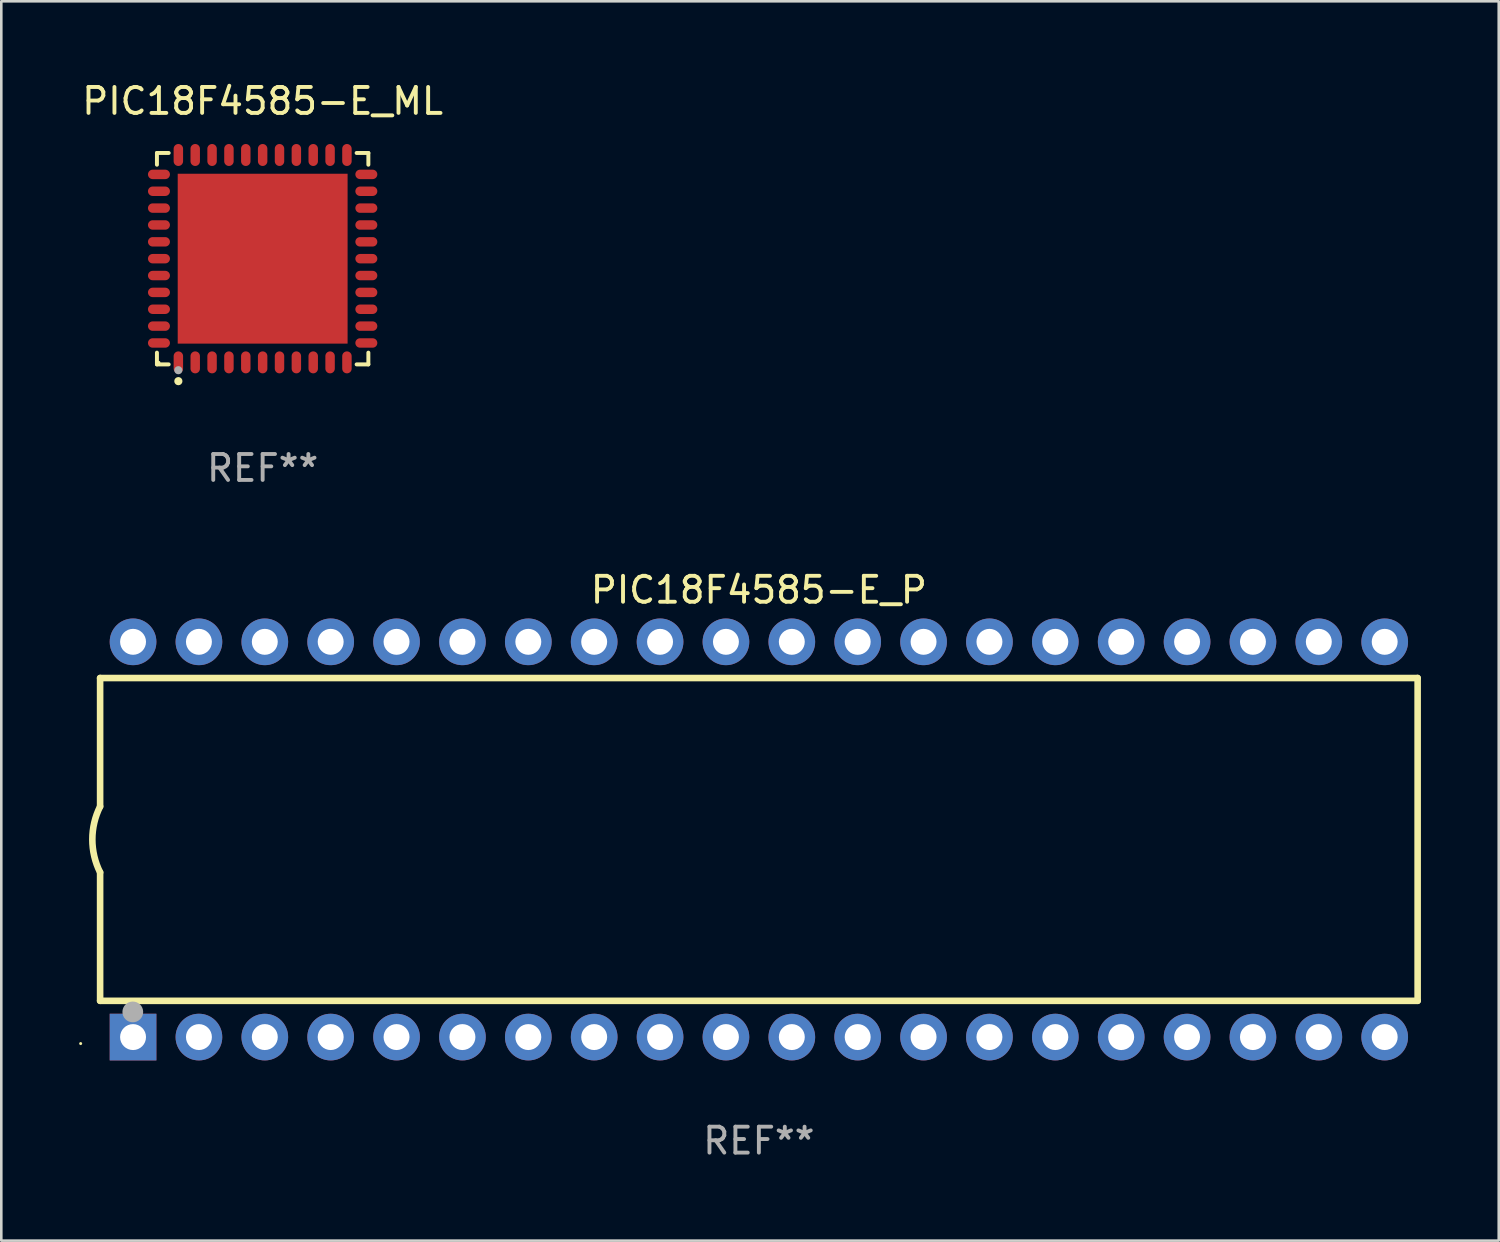
<source format=kicad_pcb>
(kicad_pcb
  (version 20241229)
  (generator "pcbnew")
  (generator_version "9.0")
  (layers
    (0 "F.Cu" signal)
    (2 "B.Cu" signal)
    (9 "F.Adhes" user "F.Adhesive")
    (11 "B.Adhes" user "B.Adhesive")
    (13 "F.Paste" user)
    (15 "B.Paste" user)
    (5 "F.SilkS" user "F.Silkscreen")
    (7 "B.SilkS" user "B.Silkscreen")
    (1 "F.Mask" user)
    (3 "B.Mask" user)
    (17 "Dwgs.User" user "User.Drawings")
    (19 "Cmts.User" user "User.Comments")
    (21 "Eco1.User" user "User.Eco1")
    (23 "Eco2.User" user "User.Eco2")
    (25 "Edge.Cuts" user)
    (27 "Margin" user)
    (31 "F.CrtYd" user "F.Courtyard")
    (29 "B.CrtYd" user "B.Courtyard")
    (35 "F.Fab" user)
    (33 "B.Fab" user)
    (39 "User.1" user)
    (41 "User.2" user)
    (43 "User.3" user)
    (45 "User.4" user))
  (footprint "PIC18F4585-E_ML"
    (layer "F.Cu")
    (at 7.077 6.924)
    (property "Reference" "PIC18F4585-E_ML" (at 0 -6.076 0) (layer "F.SilkS") (effects (font (size 1 1) (thickness 0.15))))
    (attr through_hole)
    (fp_line (start -4.076 -4.076) (end -3.623 -4.076) (stroke (width 0.152) (type solid)) (layer "F.SilkS"))
    (fp_line (start -4.076 -3.623) (end -4.076 -4.076) (stroke (width 0.152) (type solid)) (layer "F.SilkS"))
    (fp_line (start -4.076 3.623) (end -4.076 4.076) (stroke (width 0.152) (type solid)) (layer "F.SilkS"))
    (fp_line (start -4.076 4.076) (end -3.623 4.076) (stroke (width 0.152) (type solid)) (layer "F.SilkS"))
    (fp_line (start 4.076 -4.076) (end 3.623 -4.076) (stroke (width 0.152) (type solid)) (layer "F.SilkS"))
    (fp_line (start 4.076 -3.623) (end 4.076 -4.076) (stroke (width 0.152) (type solid)) (layer "F.SilkS"))
    (fp_line (start 4.076 3.623) (end 4.076 4.076) (stroke (width 0.152) (type solid)) (layer "F.SilkS"))
    (fp_line (start 4.076 4.076) (end 3.623 4.076) (stroke (width 0.152) (type solid)) (layer "F.SilkS"))
    (fp_circle (center -4 4) (end -3.97 4) (stroke (width 0.06) (type solid)) (fill no) (layer "F.SilkS"))
    (fp_circle (center -3.25 4.722) (end -3.171 4.722) (stroke (width 0.158) (type solid)) (fill no) (layer "F.SilkS"))
    (fp_circle (center -3.25 4.3) (end -3.171 4.3) (stroke (width 0.158) (type solid)) (fill no) (layer "F.Fab"))
    (fp_text user "REF**" (at 0 8.076 0) (layer "F.Fab") (effects (font (size 1 1) (thickness 0.15))))
    (pad "1" smd oval (at -3.25 3.998) (size 0.364 0.847) (layers "F.Cu" "F.Mask" "F.Paste"))
    (pad "2" smd oval (at -2.6 3.998) (size 0.364 0.847) (layers "F.Cu" "F.Mask" "F.Paste"))
    (pad "3" smd oval (at -1.95 3.998) (size 0.364 0.847) (layers "F.Cu" "F.Mask" "F.Paste"))
    (pad "4" smd oval (at -1.3 3.998) (size 0.364 0.847) (layers "F.Cu" "F.Mask" "F.Paste"))
    (pad "5" smd oval (at -0.65 3.998) (size 0.364 0.847) (layers "F.Cu" "F.Mask" "F.Paste"))
    (pad "6" smd oval (at 0 3.998) (size 0.364 0.847) (layers "F.Cu" "F.Mask" "F.Paste"))
    (pad "7" smd oval (at 0.65 3.998) (size 0.364 0.847) (layers "F.Cu" "F.Mask" "F.Paste"))
    (pad "8" smd oval (at 1.3 3.998) (size 0.364 0.847) (layers "F.Cu" "F.Mask" "F.Paste"))
    (pad "9" smd oval (at 1.95 3.998) (size 0.364 0.847) (layers "F.Cu" "F.Mask" "F.Paste"))
    (pad "10" smd oval (at 2.6 3.998) (size 0.364 0.847) (layers "F.Cu" "F.Mask" "F.Paste"))
    (pad "11" smd oval (at 3.25 3.998) (size 0.364 0.847) (layers "F.Cu" "F.Mask" "F.Paste"))
    (pad "12" smd oval (at 3.998 3.25) (size 0.847 0.364) (layers "F.Cu" "F.Mask" "F.Paste"))
    (pad "13" smd oval (at 3.998 2.6) (size 0.847 0.364) (layers "F.Cu" "F.Mask" "F.Paste"))
    (pad "14" smd oval (at 3.998 1.95) (size 0.847 0.364) (layers "F.Cu" "F.Mask" "F.Paste"))
    (pad "15" smd oval (at 3.998 1.3) (size 0.847 0.364) (layers "F.Cu" "F.Mask" "F.Paste"))
    (pad "16" smd oval (at 3.998 0.65) (size 0.847 0.364) (layers "F.Cu" "F.Mask" "F.Paste"))
    (pad "17" smd oval (at 3.998 0) (size 0.847 0.364) (layers "F.Cu" "F.Mask" "F.Paste"))
    (pad "18" smd oval (at 3.998 -0.65) (size 0.847 0.364) (layers "F.Cu" "F.Mask" "F.Paste"))
    (pad "19" smd oval (at 3.998 -1.3) (size 0.847 0.364) (layers "F.Cu" "F.Mask" "F.Paste"))
    (pad "20" smd oval (at 3.998 -1.95) (size 0.847 0.364) (layers "F.Cu" "F.Mask" "F.Paste"))
    (pad "21" smd oval (at 3.998 -2.6) (size 0.847 0.364) (layers "F.Cu" "F.Mask" "F.Paste"))
    (pad "22" smd oval (at 3.998 -3.25) (size 0.847 0.364) (layers "F.Cu" "F.Mask" "F.Paste"))
    (pad "23" smd oval (at 3.25 -3.998) (size 0.364 0.847) (layers "F.Cu" "F.Mask" "F.Paste"))
    (pad "24" smd oval (at 2.6 -3.998) (size 0.364 0.847) (layers "F.Cu" "F.Mask" "F.Paste"))
    (pad "25" smd oval (at 1.95 -3.998) (size 0.364 0.847) (layers "F.Cu" "F.Mask" "F.Paste"))
    (pad "26" smd oval (at 1.3 -3.998) (size 0.364 0.847) (layers "F.Cu" "F.Mask" "F.Paste"))
    (pad "27" smd oval (at 0.65 -3.998) (size 0.364 0.847) (layers "F.Cu" "F.Mask" "F.Paste"))
    (pad "28" smd oval (at 0 -3.998) (size 0.364 0.847) (layers "F.Cu" "F.Mask" "F.Paste"))
    (pad "29" smd oval (at -0.65 -3.998) (size 0.364 0.847) (layers "F.Cu" "F.Mask" "F.Paste"))
    (pad "30" smd oval (at -1.3 -3.998) (size 0.364 0.847) (layers "F.Cu" "F.Mask" "F.Paste"))
    (pad "31" smd oval (at -1.95 -3.998) (size 0.364 0.847) (layers "F.Cu" "F.Mask" "F.Paste"))
    (pad "32" smd oval (at -2.6 -3.998) (size 0.364 0.847) (layers "F.Cu" "F.Mask" "F.Paste"))
    (pad "33" smd oval (at -3.25 -3.998) (size 0.364 0.847) (layers "F.Cu" "F.Mask" "F.Paste"))
    (pad "34" smd oval (at -3.998 -3.25) (size 0.847 0.364) (layers "F.Cu" "F.Mask" "F.Paste"))
    (pad "35" smd oval (at -3.998 -2.6) (size 0.847 0.364) (layers "F.Cu" "F.Mask" "F.Paste"))
    (pad "36" smd oval (at -3.998 -1.95) (size 0.847 0.364) (layers "F.Cu" "F.Mask" "F.Paste"))
    (pad "37" smd oval (at -3.998 -1.3) (size 0.847 0.364) (layers "F.Cu" "F.Mask" "F.Paste"))
    (pad "38" smd oval (at -3.998 -0.65) (size 0.847 0.364) (layers "F.Cu" "F.Mask" "F.Paste"))
    (pad "39" smd oval (at -3.998 0) (size 0.847 0.364) (layers "F.Cu" "F.Mask" "F.Paste"))
    (pad "40" smd oval (at -3.998 0.65) (size 0.847 0.364) (layers "F.Cu" "F.Mask" "F.Paste"))
    (pad "41" smd oval (at -3.998 1.3) (size 0.847 0.364) (layers "F.Cu" "F.Mask" "F.Paste"))
    (pad "42" smd oval (at -3.998 1.95) (size 0.847 0.364) (layers "F.Cu" "F.Mask" "F.Paste"))
    (pad "43" smd oval (at -3.998 2.6) (size 0.847 0.364) (layers "F.Cu" "F.Mask" "F.Paste"))
    (pad "44" smd oval (at -3.998 3.25) (size 0.847 0.364) (layers "F.Cu" "F.Mask" "F.Paste"))
    (pad "45" smd rect (at 0 0) (size 6.55 6.55) (layers "F.Cu" "F.Mask" "F.Paste")))
  (footprint "PIC18F4585-E_P"
    (layer "F.Cu")
    (at 26.21 29.317)
    (property "Reference" "PIC18F4585-E_P" (at 0 -9.62 0) (layer "F.SilkS") (effects (font (size 1 1) (thickness 0.15))))
    (attr through_hole)
    (fp_line (start -25.4 -6.224) (end -25.4 -1.271) (stroke (width 0.254) (type solid)) (layer "F.SilkS"))
    (fp_line (start -25.4 -6.224) (end 25.4 -6.224) (stroke (width 0.254) (type solid)) (layer "F.SilkS"))
    (fp_line (start -25.4 1.269) (end -25.4 6.222) (stroke (width 0.254) (type solid)) (layer "F.SilkS"))
    (fp_line (start -25.4 6.222) (end 25.4 6.222) (stroke (width 0.254) (type solid)) (layer "F.SilkS"))
    (fp_line (start 25.4 6.222) (end 25.4 -6.224) (stroke (width 0.254) (type solid)) (layer "F.SilkS"))
    (fp_arc (start -25.4 1.269241) (mid -25.699807 -0.000762) (end -25.4 -1.270765) (stroke (width 0.254001) (type solid)) (layer "F.SilkS"))
    (fp_circle (center -26.15 7.87) (end -26.12 7.87) (stroke (width 0.06) (type solid)) (fill no) (layer "F.SilkS"))
    (fp_circle (center -24.14 6.65) (end -23.94 6.65) (stroke (width 0.4) (type solid)) (fill no) (layer "F.Fab"))
    (fp_text user "REF**" (at 0 11.62 0) (layer "F.Fab") (effects (font (size 1 1) (thickness 0.15))))
    (pad "1" thru_hole rect (at -24.13 7.62 90) (size 1.8 1.8) (drill 1) (layers "*.Cu" "*.Mask"))
    (pad "2" thru_hole circle (at -21.59 7.62) (size 1.8 1.8) (drill 1) (layers "*.Cu" "*.Mask"))
    (pad "3" thru_hole circle (at -19.05 7.62) (size 1.8 1.8) (drill 1) (layers "*.Cu" "*.Mask"))
    (pad "4" thru_hole circle (at -16.51 7.62) (size 1.8 1.8) (drill 1) (layers "*.Cu" "*.Mask"))
    (pad "5" thru_hole circle (at -13.97 7.62) (size 1.8 1.8) (drill 1) (layers "*.Cu" "*.Mask"))
    (pad "6" thru_hole circle (at -11.43 7.62) (size 1.8 1.8) (drill 1) (layers "*.Cu" "*.Mask"))
    (pad "7" thru_hole circle (at -8.89 7.62) (size 1.8 1.8) (drill 1) (layers "*.Cu" "*.Mask"))
    (pad "8" thru_hole circle (at -6.35 7.62) (size 1.8 1.8) (drill 1) (layers "*.Cu" "*.Mask"))
    (pad "9" thru_hole circle (at -3.81 7.62) (size 1.8 1.8) (drill 1) (layers "*.Cu" "*.Mask"))
    (pad "10" thru_hole circle (at -1.27 7.62) (size 1.8 1.8) (drill 1) (layers "*.Cu" "*.Mask"))
    (pad "11" thru_hole circle (at 1.27 7.62) (size 1.8 1.8) (drill 1) (layers "*.Cu" "*.Mask"))
    (pad "12" thru_hole circle (at 3.81 7.62) (size 1.8 1.8) (drill 1) (layers "*.Cu" "*.Mask"))
    (pad "13" thru_hole circle (at 6.35 7.62) (size 1.8 1.8) (drill 1) (layers "*.Cu" "*.Mask"))
    (pad "14" thru_hole circle (at 8.89 7.62) (size 1.8 1.8) (drill 1) (layers "*.Cu" "*.Mask"))
    (pad "15" thru_hole circle (at 11.43 7.62) (size 1.8 1.8) (drill 1) (layers "*.Cu" "*.Mask"))
    (pad "16" thru_hole circle (at 13.97 7.62) (size 1.8 1.8) (drill 1) (layers "*.Cu" "*.Mask"))
    (pad "17" thru_hole circle (at 16.51 7.62) (size 1.8 1.8) (drill 1) (layers "*.Cu" "*.Mask"))
    (pad "18" thru_hole circle (at 19.05 7.62) (size 1.8 1.8) (drill 1) (layers "*.Cu" "*.Mask"))
    (pad "19" thru_hole circle (at 21.59 7.62) (size 1.8 1.8) (drill 1) (layers "*.Cu" "*.Mask"))
    (pad "20" thru_hole circle (at 24.13 7.62) (size 1.8 1.8) (drill 1) (layers "*.Cu" "*.Mask"))
    (pad "21" thru_hole circle (at 24.13 -7.62) (size 1.8 1.8) (drill 1) (layers "*.Cu" "*.Mask"))
    (pad "22" thru_hole circle (at 21.59 -7.62) (size 1.8 1.8) (drill 1) (layers "*.Cu" "*.Mask"))
    (pad "23" thru_hole circle (at 19.05 -7.62) (size 1.8 1.8) (drill 1) (layers "*.Cu" "*.Mask"))
    (pad "24" thru_hole circle (at 16.51 -7.62) (size 1.8 1.8) (drill 1) (layers "*.Cu" "*.Mask"))
    (pad "25" thru_hole circle (at 13.97 -7.62) (size 1.8 1.8) (drill 1) (layers "*.Cu" "*.Mask"))
    (pad "26" thru_hole circle (at 11.43 -7.62) (size 1.8 1.8) (drill 1) (layers "*.Cu" "*.Mask"))
    (pad "27" thru_hole circle (at 8.89 -7.62) (size 1.8 1.8) (drill 1) (layers "*.Cu" "*.Mask"))
    (pad "28" thru_hole circle (at 6.35 -7.62) (size 1.8 1.8) (drill 1) (layers "*.Cu" "*.Mask"))
    (pad "29" thru_hole circle (at 3.81 -7.62) (size 1.8 1.8) (drill 1) (layers "*.Cu" "*.Mask"))
    (pad "30" thru_hole circle (at 1.27 -7.62) (size 1.8 1.8) (drill 1) (layers "*.Cu" "*.Mask"))
    (pad "31" thru_hole circle (at -1.27 -7.62) (size 1.8 1.8) (drill 1) (layers "*.Cu" "*.Mask"))
    (pad "32" thru_hole circle (at -3.81 -7.62) (size 1.8 1.8) (drill 1) (layers "*.Cu" "*.Mask"))
    (pad "33" thru_hole circle (at -6.35 -7.62) (size 1.8 1.8) (drill 1) (layers "*.Cu" "*.Mask"))
    (pad "34" thru_hole circle (at -8.89 -7.62) (size 1.8 1.8) (drill 1) (layers "*.Cu" "*.Mask"))
    (pad "35" thru_hole circle (at -11.43 -7.62) (size 1.8 1.8) (drill 1) (layers "*.Cu" "*.Mask"))
    (pad "36" thru_hole circle (at -13.97 -7.62) (size 1.8 1.8) (drill 1) (layers "*.Cu" "*.Mask"))
    (pad "37" thru_hole circle (at -16.51 -7.62) (size 1.8 1.8) (drill 1) (layers "*.Cu" "*.Mask"))
    (pad "38" thru_hole circle (at -19.05 -7.62) (size 1.8 1.8) (drill 1) (layers "*.Cu" "*.Mask"))
    (pad "39" thru_hole circle (at -21.59 -7.62) (size 1.8 1.8) (drill 1) (layers "*.Cu" "*.Mask"))
    (pad "40" thru_hole circle (at -24.13 -7.62) (size 1.8 1.8) (drill 1) (layers "*.Cu" "*.Mask")))
  (gr_rect
    (start -3 -3)
    (end 54.737 44.785)
    (stroke (width 0.1) (type default))
    (fill no)
    (layer "Edge.Cuts")))
</source>
